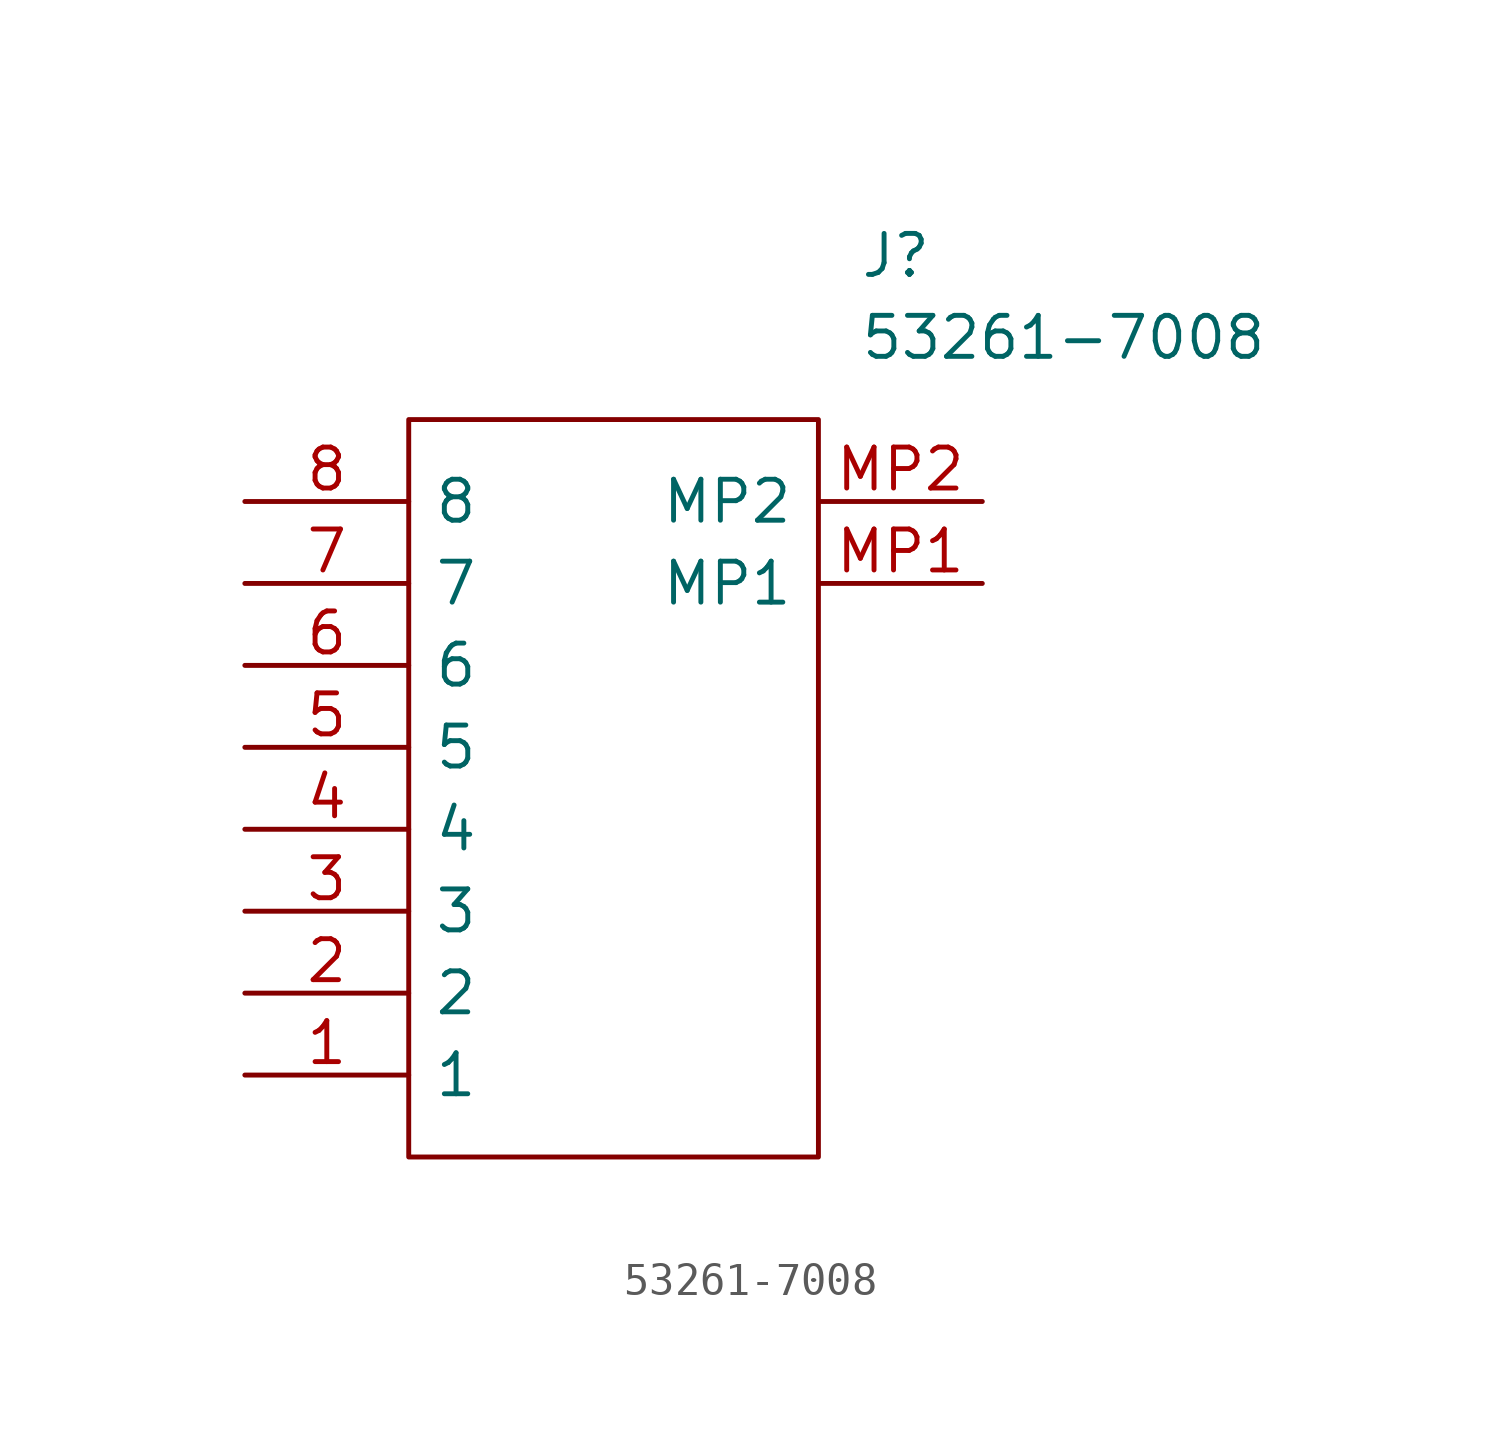
<source format=kicad_sym>
(kicad_symbol_lib
  (version 20211014)
  (generator kicad_symbol_editor)
  (symbol "53261-7008"
    (pin_names
      (offset 0.762))
    (property "Reference" "J"
      (at 19.05 7.62 0)
      (effects (font (size 1.27 1.27)) (justify left)))
    (property "Value" "53261-7008"
      (at 19.05 5.08 0)
      (effects (font (size 1.27 1.27)) (justify left)))
    (symbol "53261-7008_0_0"
      (pin passive line (at 0 -17.78 0) (length 5.08) (name "1" (effects (font (size 1.27 1.27)))) (number "1" (effects (font (size 1.27 1.27)))))
      (pin passive line (at 0 -15.24 0) (length 5.08) (name "2" (effects (font (size 1.27 1.27)))) (number "2" (effects (font (size 1.27 1.27)))))
      (pin passive line (at 0 -12.7 0) (length 5.08) (name "3" (effects (font (size 1.27 1.27)))) (number "3" (effects (font (size 1.27 1.27)))))
      (pin passive line (at 0 -10.16 0) (length 5.08) (name "4" (effects (font (size 1.27 1.27)))) (number "4" (effects (font (size 1.27 1.27)))))
      (pin passive line (at 0 -7.62 0) (length 5.08) (name "5" (effects (font (size 1.27 1.27)))) (number "5" (effects (font (size 1.27 1.27)))))
      (pin passive line (at 0 -5.08 0) (length 5.08) (name "6" (effects (font (size 1.27 1.27)))) (number "6" (effects (font (size 1.27 1.27)))))
      (pin passive line (at 0 -2.54 0) (length 5.08) (name "7" (effects (font (size 1.27 1.27)))) (number "7" (effects (font (size 1.27 1.27)))))
      (pin passive line (at 0 0 0) (length 5.08) (name "8" (effects (font (size 1.27 1.27)))) (number "8" (effects (font (size 1.27 1.27)))))
      (pin passive line (at 22.86 -2.54 180) (length 5.08) (name "MP1" (effects (font (size 1.27 1.27)))) (number "MP1" (effects (font (size 1.27 1.27)))))
      (pin passive line (at 22.86 0 180) (length 5.08) (name "MP2" (effects (font (size 1.27 1.27)))) (number "MP2" (effects (font (size 1.27 1.27))))))
    (symbol "53261-7008_0_1"
      (polyline (pts (xy 5.08 2.54) (xy 17.78 2.54) (xy 17.78 -20.32) (xy 5.08 -20.32) (xy 5.08 2.54)) (stroke (width 0.152) (type default) (color 0 0 0 0)) (fill (type none))))))
</source>
